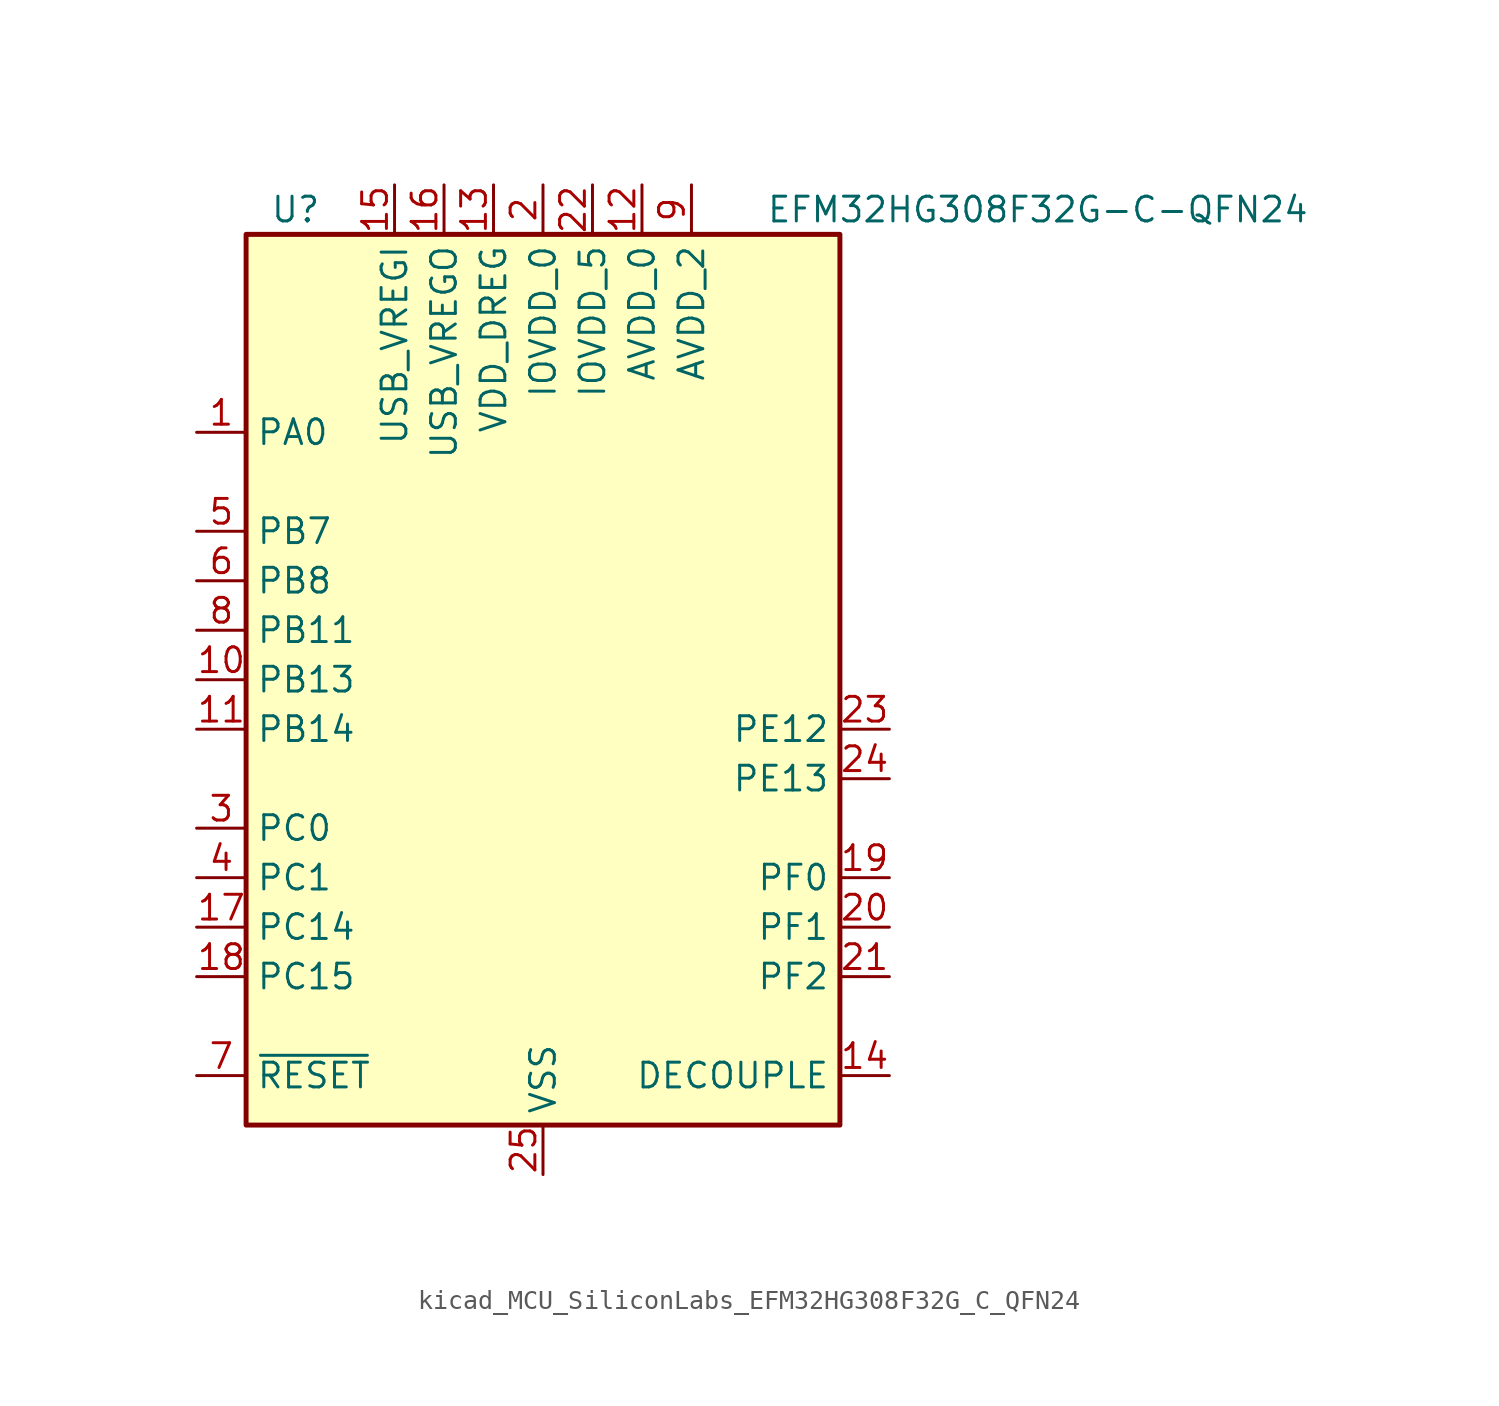
<source format=kicad_sym>
(kicad_symbol_lib
  (version 20220914)
  (generator kicad_symbol_editor)
  (symbol "kicad_MCU_SiliconLabs_EFM32HG308F32G_C_QFN24"
    (property "Reference" "U"
      (at -12.7 24.13 0)
      (effects (font (size 1.27 1.27))))
    (property "Value" "EFM32HG308F32G-C-QFN24"
      (at 25.4 24.13 0)
      (effects (font (size 1.27 1.27))))
    (symbol "kicad_MCU_SiliconLabs_EFM32HG308F32G_C_QFN24_0_1"
      (rectangle (start -15.24 22.86) (end 15.24 -22.86) (stroke (width 0.254) (type default)) (fill (type background))))
    (symbol "kicad_MCU_SiliconLabs_EFM32HG308F32G_C_QFN24_1_1"
      (pin bidirectional line (at -17.78 12.7 0) (length 2.54) (name "PA0" (effects (font (size 1.27 1.27)))) (number "1" (effects (font (size 1.27 1.27)))))
      (pin bidirectional line (at -17.78 0 0) (length 2.54) (name "PB13" (effects (font (size 1.27 1.27)))) (number "10" (effects (font (size 1.27 1.27)))))
      (pin bidirectional line (at -17.78 -2.54 0) (length 2.54) (name "PB14" (effects (font (size 1.27 1.27)))) (number "11" (effects (font (size 1.27 1.27)))))
      (pin power_in line (at 5.08 25.4 270) (length 2.54) (name "AVDD_0" (effects (font (size 1.27 1.27)))) (number "12" (effects (font (size 1.27 1.27)))))
      (pin power_in line (at -2.54 25.4 270) (length 2.54) (name "VDD_DREG" (effects (font (size 1.27 1.27)))) (number "13" (effects (font (size 1.27 1.27)))))
      (pin passive line (at 17.78 -20.32 180) (length 2.54) (name "DECOUPLE" (effects (font (size 1.27 1.27)))) (number "14" (effects (font (size 1.27 1.27)))))
      (pin power_in line (at -7.62 25.4 270) (length 2.54) (name "USB_VREGI" (effects (font (size 1.27 1.27)))) (number "15" (effects (font (size 1.27 1.27)))))
      (pin power_out line (at -5.08 25.4 270) (length 2.54) (name "USB_VREGO" (effects (font (size 1.27 1.27)))) (number "16" (effects (font (size 1.27 1.27)))))
      (pin bidirectional line (at -17.78 -12.7 0) (length 2.54) (name "PC14" (effects (font (size 1.27 1.27)))) (number "17" (effects (font (size 1.27 1.27)))))
      (pin bidirectional line (at -17.78 -15.24 0) (length 2.54) (name "PC15" (effects (font (size 1.27 1.27)))) (number "18" (effects (font (size 1.27 1.27)))))
      (pin bidirectional line (at 17.78 -10.16 180) (length 2.54) (name "PF0" (effects (font (size 1.27 1.27)))) (number "19" (effects (font (size 1.27 1.27)))))
      (pin power_in line (at 0 25.4 270) (length 2.54) (name "IOVDD_0" (effects (font (size 1.27 1.27)))) (number "2" (effects (font (size 1.27 1.27)))))
      (pin bidirectional line (at 17.78 -12.7 180) (length 2.54) (name "PF1" (effects (font (size 1.27 1.27)))) (number "20" (effects (font (size 1.27 1.27)))))
      (pin bidirectional line (at 17.78 -15.24 180) (length 2.54) (name "PF2" (effects (font (size 1.27 1.27)))) (number "21" (effects (font (size 1.27 1.27)))))
      (pin power_in line (at 2.54 25.4 270) (length 2.54) (name "IOVDD_5" (effects (font (size 1.27 1.27)))) (number "22" (effects (font (size 1.27 1.27)))))
      (pin bidirectional line (at 17.78 -2.54 180) (length 2.54) (name "PE12" (effects (font (size 1.27 1.27)))) (number "23" (effects (font (size 1.27 1.27)))))
      (pin bidirectional line (at 17.78 -5.08 180) (length 2.54) (name "PE13" (effects (font (size 1.27 1.27)))) (number "24" (effects (font (size 1.27 1.27)))))
      (pin power_in line (at 0 -25.4 90) (length 2.54) (name "VSS" (effects (font (size 1.27 1.27)))) (number "25" (effects (font (size 1.27 1.27)))))
      (pin bidirectional line (at -17.78 -7.62 0) (length 2.54) (name "PC0" (effects (font (size 1.27 1.27)))) (number "3" (effects (font (size 1.27 1.27)))))
      (pin bidirectional line (at -17.78 -10.16 0) (length 2.54) (name "PC1" (effects (font (size 1.27 1.27)))) (number "4" (effects (font (size 1.27 1.27)))))
      (pin bidirectional line (at -17.78 7.62 0) (length 2.54) (name "PB7" (effects (font (size 1.27 1.27)))) (number "5" (effects (font (size 1.27 1.27)))))
      (pin bidirectional line (at -17.78 5.08 0) (length 2.54) (name "PB8" (effects (font (size 1.27 1.27)))) (number "6" (effects (font (size 1.27 1.27)))))
      (pin input line (at -17.78 -20.32 0) (length 2.54) (name "~{RESET}" (effects (font (size 1.27 1.27)))) (number "7" (effects (font (size 1.27 1.27)))))
      (pin bidirectional line (at -17.78 2.54 0) (length 2.54) (name "PB11" (effects (font (size 1.27 1.27)))) (number "8" (effects (font (size 1.27 1.27)))))
      (pin power_in line (at 7.62 25.4 270) (length 2.54) (name "AVDD_2" (effects (font (size 1.27 1.27)))) (number "9" (effects (font (size 1.27 1.27))))))))
</source>
